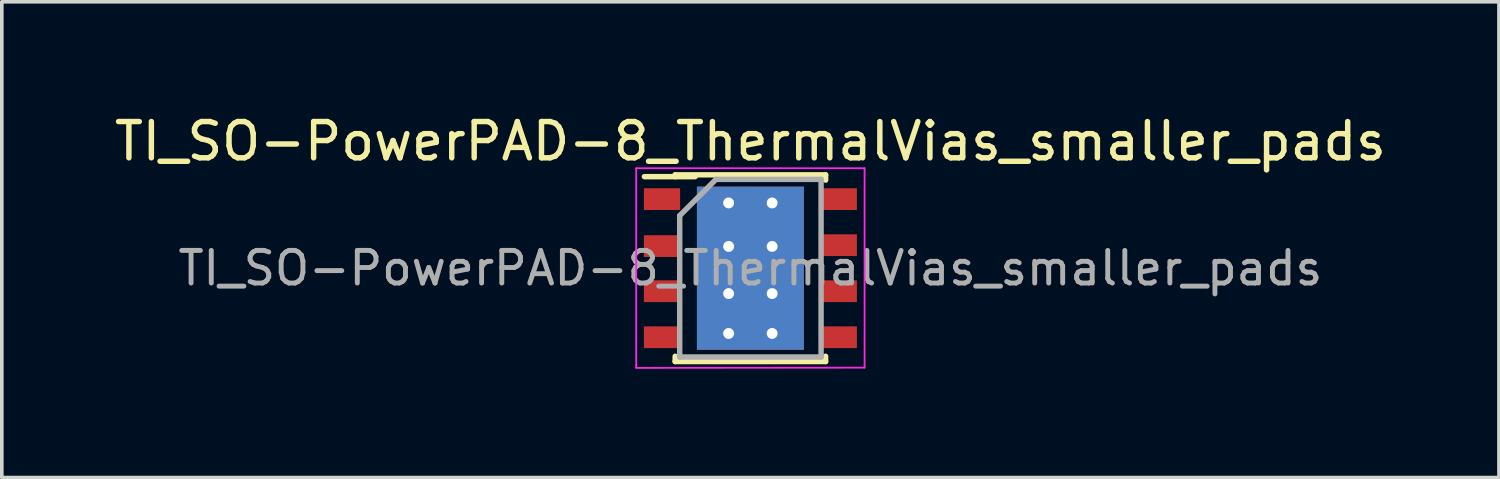
<source format=kicad_pcb>
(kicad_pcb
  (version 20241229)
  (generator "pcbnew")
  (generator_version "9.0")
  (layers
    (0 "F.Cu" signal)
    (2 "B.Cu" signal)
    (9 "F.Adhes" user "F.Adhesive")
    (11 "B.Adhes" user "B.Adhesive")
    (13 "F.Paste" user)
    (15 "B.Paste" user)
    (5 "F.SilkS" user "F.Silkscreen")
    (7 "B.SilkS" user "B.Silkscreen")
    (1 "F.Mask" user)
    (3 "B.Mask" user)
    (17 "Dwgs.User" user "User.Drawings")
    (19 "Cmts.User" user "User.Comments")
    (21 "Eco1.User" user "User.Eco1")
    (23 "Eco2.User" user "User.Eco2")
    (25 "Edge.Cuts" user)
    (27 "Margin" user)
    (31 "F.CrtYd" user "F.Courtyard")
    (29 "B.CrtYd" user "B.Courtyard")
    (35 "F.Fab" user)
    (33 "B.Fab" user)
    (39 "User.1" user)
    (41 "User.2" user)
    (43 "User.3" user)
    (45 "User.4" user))
  (footprint "TI_SO-PowerPAD-8_ThermalVias_smaller_pads"
    (layer "F.Cu")
    (at 17.649 4.348)
    (property "Reference" "TI_SO-PowerPAD-8_ThermalVias_smaller_pads" (at 0 -3.5 0) (layer "F.SilkS") (effects (font (size 1 1) (thickness 0.15))))
    (attr smd)
    (fp_line (start -2.075 -2.575) (end -2.075 -2.525) (stroke (width 0.15) (type solid)) (layer "F.SilkS"))
    (fp_line (start -2.075 -2.575) (end 2.075 -2.575) (stroke (width 0.15) (type solid)) (layer "F.SilkS"))
    (fp_line (start -2.075 2.575) (end -2.075 2.43) (stroke (width 0.15) (type solid)) (layer "F.SilkS"))
    (fp_line (start -2.075 2.575) (end 2.075 2.575) (stroke (width 0.15) (type solid)) (layer "F.SilkS"))
    (fp_line (start -1.524 -2.525) (end -2.924 -2.525) (stroke (width 0.15) (type solid)) (layer "F.SilkS"))
    (fp_line (start 2.075 -2.575) (end 2.075 -2.43) (stroke (width 0.15) (type solid)) (layer "F.SilkS"))
    (fp_line (start 2.075 2.575) (end 2.075 2.43) (stroke (width 0.15) (type solid)) (layer "F.SilkS"))
    (fp_line (start -3.15 -2.757) (end -3.15 2.743) (stroke (width 0.05) (type solid)) (layer "F.CrtYd"))
    (fp_line (start -3.15 -2.757) (end 3.15 -2.757) (stroke (width 0.05) (type solid)) (layer "F.CrtYd"))
    (fp_line (start -3.15 2.75) (end 3.15 2.743) (stroke (width 0.05) (type solid)) (layer "F.CrtYd"))
    (fp_line (start 3.15 -2.757) (end 3.15 2.743) (stroke (width 0.05) (type solid)) (layer "F.CrtYd"))
    (fp_line (start -1.95 -1.45) (end -0.95 -2.45) (stroke (width 0.15) (type solid)) (layer "F.Fab"))
    (fp_line (start -1.95 2.45) (end -1.95 -1.45) (stroke (width 0.15) (type solid)) (layer "F.Fab"))
    (fp_line (start -0.95 -2.45) (end 1.95 -2.45) (stroke (width 0.15) (type solid)) (layer "F.Fab"))
    (fp_line (start 1.95 -2.45) (end 1.95 2.45) (stroke (width 0.15) (type solid)) (layer "F.Fab"))
    (fp_line (start 1.95 2.45) (end -1.95 2.45) (stroke (width 0.15) (type solid)) (layer "F.Fab"))
    (fp_text user "${REFERENCE}" (at 0 0 0) (layer "F.Fab") (effects (font (size 0.9 0.9) (thickness 0.135))))
    (pad "1" smd rect (at -2.438 -1.905) (size 1 0.6) (layers "F.Cu" "F.Mask" "F.Paste"))
    (pad "2" smd rect (at -2.438 -0.61) (size 1 0.6) (layers "F.Cu" "F.Mask" "F.Paste"))
    (pad "3" smd rect (at -2.438 0.635) (size 1 0.6) (layers "F.Cu" "F.Mask" "F.Paste"))
    (pad "4" smd rect (at -2.438 1.905) (size 1 0.6) (layers "F.Cu" "F.Mask" "F.Paste"))
    (pad "5" smd rect (at 2.438 1.905) (size 1 0.6) (layers "F.Cu" "F.Mask" "F.Paste"))
    (pad "6" smd rect (at 2.438 0.635) (size 1 0.6) (layers "F.Cu" "F.Mask" "F.Paste"))
    (pad "7" smd rect (at 2.438 -0.635) (size 1 0.6) (layers "F.Cu" "F.Mask" "F.Paste"))
    (pad "8" smd rect (at 2.438 -1.905) (size 1 0.6) (layers "F.Cu" "F.Mask" "F.Paste"))
    (pad "9" thru_hole circle (at -0.6 -1.8) (size 0.6 0.6) (drill 0.3) (layers "*.Cu"))
    (pad "9" thru_hole circle (at -0.6 -0.6) (size 0.6 0.6) (drill 0.3) (layers "*.Cu"))
    (pad "9" thru_hole circle (at -0.6 0.7) (size 0.6 0.6) (drill 0.3) (layers "*.Cu"))
    (pad "9" thru_hole circle (at -0.6 1.8) (size 0.6 0.6) (drill 0.3) (layers "*.Cu"))
    (pad "9" smd rect (at 0 0) (size 2.6 3.1) (layers "F.Cu" "F.Mask" "F.Paste"))
    (pad "9" smd rect (at 0 0) (size 2.95 4.5) (layers "F.Cu"))
    (pad "9" smd rect (at 0 0) (size 2.95 4.5) (layers "B.Cu"))
    (pad "9" thru_hole circle (at 0.6 -1.8) (size 0.6 0.6) (drill 0.3) (layers "*.Cu"))
    (pad "9" thru_hole circle (at 0.6 -0.6) (size 0.6 0.6) (drill 0.3) (layers "*.Cu"))
    (pad "9" thru_hole circle (at 0.6 0.7) (size 0.6 0.6) (drill 0.3) (layers "*.Cu"))
    (pad "9" thru_hole circle (at 0.6 1.8) (size 0.6 0.6) (drill 0.3) (layers "*.Cu")))
  (gr_rect
    (start -3 -3)
    (end 38.298 10.123)
    (stroke (width 0.1) (type default))
    (fill no)
    (layer "Edge.Cuts")))
</source>
